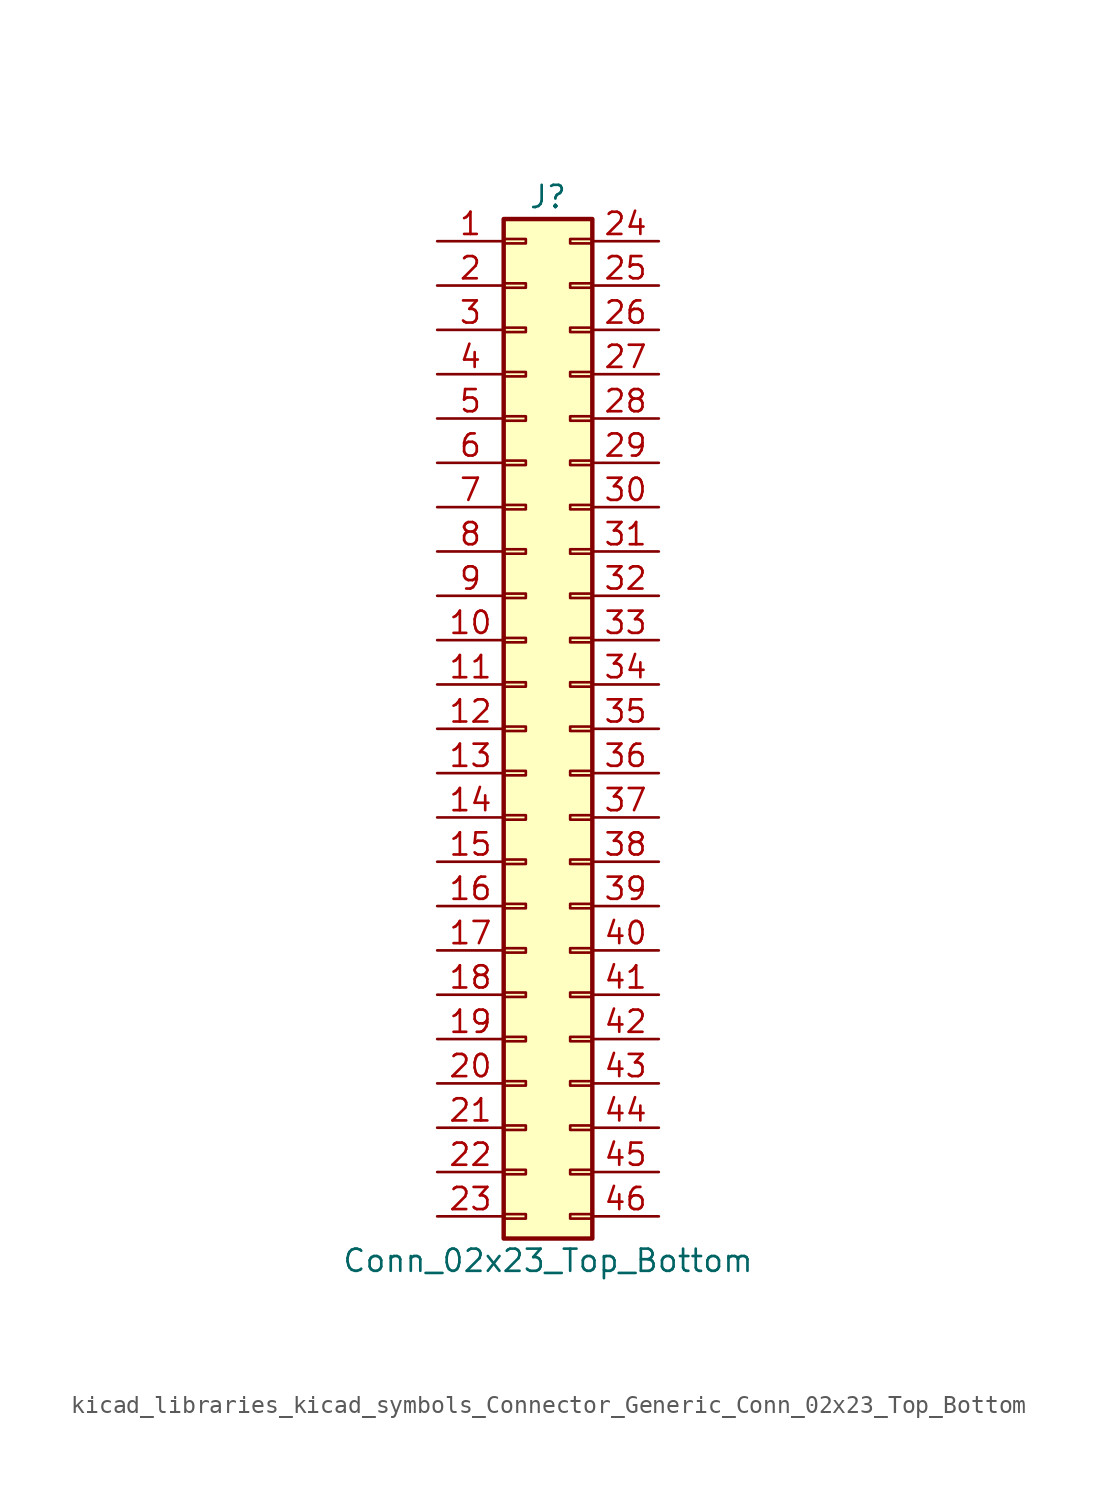
<source format=kicad_sym>
(kicad_symbol_lib
  (version 20220914)
  (generator kicad_symbol_editor)
  (symbol "kicad_libraries_kicad_symbols_Connector_Generic_Conn_02x23_Top_Bottom"
    (pin_names
      (offset 1.016) hide)
    (property "Reference" "J"
      (at 1.27 30.48 0)
      (effects (font (size 1.27 1.27))))
    (property "Value" "Conn_02x23_Top_Bottom"
      (at 1.27 -30.48 0)
      (effects (font (size 1.27 1.27))))
    (symbol "kicad_libraries_kicad_symbols_Connector_Generic_Conn_02x23_Top_Bottom_1_1"
      (rectangle (start -1.27 -27.813) (end 0 -28.067) (stroke (width 0.152) (type default)) (fill (type none)))
      (rectangle (start -1.27 -25.273) (end 0 -25.527) (stroke (width 0.152) (type default)) (fill (type none)))
      (rectangle (start -1.27 -22.733) (end 0 -22.987) (stroke (width 0.152) (type default)) (fill (type none)))
      (rectangle (start -1.27 -20.193) (end 0 -20.447) (stroke (width 0.152) (type default)) (fill (type none)))
      (rectangle (start -1.27 -17.653) (end 0 -17.907) (stroke (width 0.152) (type default)) (fill (type none)))
      (rectangle (start -1.27 -15.113) (end 0 -15.367) (stroke (width 0.152) (type default)) (fill (type none)))
      (rectangle (start -1.27 -12.573) (end 0 -12.827) (stroke (width 0.152) (type default)) (fill (type none)))
      (rectangle (start -1.27 -10.033) (end 0 -10.287) (stroke (width 0.152) (type default)) (fill (type none)))
      (rectangle (start -1.27 -7.493) (end 0 -7.747) (stroke (width 0.152) (type default)) (fill (type none)))
      (rectangle (start -1.27 -4.953) (end 0 -5.207) (stroke (width 0.152) (type default)) (fill (type none)))
      (rectangle (start -1.27 -2.413) (end 0 -2.667) (stroke (width 0.152) (type default)) (fill (type none)))
      (rectangle (start -1.27 0.127) (end 0 -0.127) (stroke (width 0.152) (type default)) (fill (type none)))
      (rectangle (start -1.27 2.667) (end 0 2.413) (stroke (width 0.152) (type default)) (fill (type none)))
      (rectangle (start -1.27 5.207) (end 0 4.953) (stroke (width 0.152) (type default)) (fill (type none)))
      (rectangle (start -1.27 7.747) (end 0 7.493) (stroke (width 0.152) (type default)) (fill (type none)))
      (rectangle (start -1.27 10.287) (end 0 10.033) (stroke (width 0.152) (type default)) (fill (type none)))
      (rectangle (start -1.27 12.827) (end 0 12.573) (stroke (width 0.152) (type default)) (fill (type none)))
      (rectangle (start -1.27 15.367) (end 0 15.113) (stroke (width 0.152) (type default)) (fill (type none)))
      (rectangle (start -1.27 17.907) (end 0 17.653) (stroke (width 0.152) (type default)) (fill (type none)))
      (rectangle (start -1.27 20.447) (end 0 20.193) (stroke (width 0.152) (type default)) (fill (type none)))
      (rectangle (start -1.27 22.987) (end 0 22.733) (stroke (width 0.152) (type default)) (fill (type none)))
      (rectangle (start -1.27 25.527) (end 0 25.273) (stroke (width 0.152) (type default)) (fill (type none)))
      (rectangle (start -1.27 28.067) (end 0 27.813) (stroke (width 0.152) (type default)) (fill (type none)))
      (rectangle (start -1.27 29.21) (end 3.81 -29.21) (stroke (width 0.254) (type default)) (fill (type background)))
      (rectangle (start 3.81 -27.813) (end 2.54 -28.067) (stroke (width 0.152) (type default)) (fill (type none)))
      (rectangle (start 3.81 -25.273) (end 2.54 -25.527) (stroke (width 0.152) (type default)) (fill (type none)))
      (rectangle (start 3.81 -22.733) (end 2.54 -22.987) (stroke (width 0.152) (type default)) (fill (type none)))
      (rectangle (start 3.81 -20.193) (end 2.54 -20.447) (stroke (width 0.152) (type default)) (fill (type none)))
      (rectangle (start 3.81 -17.653) (end 2.54 -17.907) (stroke (width 0.152) (type default)) (fill (type none)))
      (rectangle (start 3.81 -15.113) (end 2.54 -15.367) (stroke (width 0.152) (type default)) (fill (type none)))
      (rectangle (start 3.81 -12.573) (end 2.54 -12.827) (stroke (width 0.152) (type default)) (fill (type none)))
      (rectangle (start 3.81 -10.033) (end 2.54 -10.287) (stroke (width 0.152) (type default)) (fill (type none)))
      (rectangle (start 3.81 -7.493) (end 2.54 -7.747) (stroke (width 0.152) (type default)) (fill (type none)))
      (rectangle (start 3.81 -4.953) (end 2.54 -5.207) (stroke (width 0.152) (type default)) (fill (type none)))
      (rectangle (start 3.81 -2.413) (end 2.54 -2.667) (stroke (width 0.152) (type default)) (fill (type none)))
      (rectangle (start 3.81 0.127) (end 2.54 -0.127) (stroke (width 0.152) (type default)) (fill (type none)))
      (rectangle (start 3.81 2.667) (end 2.54 2.413) (stroke (width 0.152) (type default)) (fill (type none)))
      (rectangle (start 3.81 5.207) (end 2.54 4.953) (stroke (width 0.152) (type default)) (fill (type none)))
      (rectangle (start 3.81 7.747) (end 2.54 7.493) (stroke (width 0.152) (type default)) (fill (type none)))
      (rectangle (start 3.81 10.287) (end 2.54 10.033) (stroke (width 0.152) (type default)) (fill (type none)))
      (rectangle (start 3.81 12.827) (end 2.54 12.573) (stroke (width 0.152) (type default)) (fill (type none)))
      (rectangle (start 3.81 15.367) (end 2.54 15.113) (stroke (width 0.152) (type default)) (fill (type none)))
      (rectangle (start 3.81 17.907) (end 2.54 17.653) (stroke (width 0.152) (type default)) (fill (type none)))
      (rectangle (start 3.81 20.447) (end 2.54 20.193) (stroke (width 0.152) (type default)) (fill (type none)))
      (rectangle (start 3.81 22.987) (end 2.54 22.733) (stroke (width 0.152) (type default)) (fill (type none)))
      (rectangle (start 3.81 25.527) (end 2.54 25.273) (stroke (width 0.152) (type default)) (fill (type none)))
      (rectangle (start 3.81 28.067) (end 2.54 27.813) (stroke (width 0.152) (type default)) (fill (type none)))
      (pin passive line (at -5.08 27.94 0) (length 3.81) (name "Pin_1" (effects (font (size 1.27 1.27)))) (number "1" (effects (font (size 1.27 1.27)))))
      (pin passive line (at -5.08 5.08 0) (length 3.81) (name "Pin_10" (effects (font (size 1.27 1.27)))) (number "10" (effects (font (size 1.27 1.27)))))
      (pin passive line (at -5.08 2.54 0) (length 3.81) (name "Pin_11" (effects (font (size 1.27 1.27)))) (number "11" (effects (font (size 1.27 1.27)))))
      (pin passive line (at -5.08 0 0) (length 3.81) (name "Pin_12" (effects (font (size 1.27 1.27)))) (number "12" (effects (font (size 1.27 1.27)))))
      (pin passive line (at -5.08 -2.54 0) (length 3.81) (name "Pin_13" (effects (font (size 1.27 1.27)))) (number "13" (effects (font (size 1.27 1.27)))))
      (pin passive line (at -5.08 -5.08 0) (length 3.81) (name "Pin_14" (effects (font (size 1.27 1.27)))) (number "14" (effects (font (size 1.27 1.27)))))
      (pin passive line (at -5.08 -7.62 0) (length 3.81) (name "Pin_15" (effects (font (size 1.27 1.27)))) (number "15" (effects (font (size 1.27 1.27)))))
      (pin passive line (at -5.08 -10.16 0) (length 3.81) (name "Pin_16" (effects (font (size 1.27 1.27)))) (number "16" (effects (font (size 1.27 1.27)))))
      (pin passive line (at -5.08 -12.7 0) (length 3.81) (name "Pin_17" (effects (font (size 1.27 1.27)))) (number "17" (effects (font (size 1.27 1.27)))))
      (pin passive line (at -5.08 -15.24 0) (length 3.81) (name "Pin_18" (effects (font (size 1.27 1.27)))) (number "18" (effects (font (size 1.27 1.27)))))
      (pin passive line (at -5.08 -17.78 0) (length 3.81) (name "Pin_19" (effects (font (size 1.27 1.27)))) (number "19" (effects (font (size 1.27 1.27)))))
      (pin passive line (at -5.08 25.4 0) (length 3.81) (name "Pin_2" (effects (font (size 1.27 1.27)))) (number "2" (effects (font (size 1.27 1.27)))))
      (pin passive line (at -5.08 -20.32 0) (length 3.81) (name "Pin_20" (effects (font (size 1.27 1.27)))) (number "20" (effects (font (size 1.27 1.27)))))
      (pin passive line (at -5.08 -22.86 0) (length 3.81) (name "Pin_21" (effects (font (size 1.27 1.27)))) (number "21" (effects (font (size 1.27 1.27)))))
      (pin passive line (at -5.08 -25.4 0) (length 3.81) (name "Pin_22" (effects (font (size 1.27 1.27)))) (number "22" (effects (font (size 1.27 1.27)))))
      (pin passive line (at -5.08 -27.94 0) (length 3.81) (name "Pin_23" (effects (font (size 1.27 1.27)))) (number "23" (effects (font (size 1.27 1.27)))))
      (pin passive line (at 7.62 27.94 180) (length 3.81) (name "Pin_24" (effects (font (size 1.27 1.27)))) (number "24" (effects (font (size 1.27 1.27)))))
      (pin passive line (at 7.62 25.4 180) (length 3.81) (name "Pin_25" (effects (font (size 1.27 1.27)))) (number "25" (effects (font (size 1.27 1.27)))))
      (pin passive line (at 7.62 22.86 180) (length 3.81) (name "Pin_26" (effects (font (size 1.27 1.27)))) (number "26" (effects (font (size 1.27 1.27)))))
      (pin passive line (at 7.62 20.32 180) (length 3.81) (name "Pin_27" (effects (font (size 1.27 1.27)))) (number "27" (effects (font (size 1.27 1.27)))))
      (pin passive line (at 7.62 17.78 180) (length 3.81) (name "Pin_28" (effects (font (size 1.27 1.27)))) (number "28" (effects (font (size 1.27 1.27)))))
      (pin passive line (at 7.62 15.24 180) (length 3.81) (name "Pin_29" (effects (font (size 1.27 1.27)))) (number "29" (effects (font (size 1.27 1.27)))))
      (pin passive line (at -5.08 22.86 0) (length 3.81) (name "Pin_3" (effects (font (size 1.27 1.27)))) (number "3" (effects (font (size 1.27 1.27)))))
      (pin passive line (at 7.62 12.7 180) (length 3.81) (name "Pin_30" (effects (font (size 1.27 1.27)))) (number "30" (effects (font (size 1.27 1.27)))))
      (pin passive line (at 7.62 10.16 180) (length 3.81) (name "Pin_31" (effects (font (size 1.27 1.27)))) (number "31" (effects (font (size 1.27 1.27)))))
      (pin passive line (at 7.62 7.62 180) (length 3.81) (name "Pin_32" (effects (font (size 1.27 1.27)))) (number "32" (effects (font (size 1.27 1.27)))))
      (pin passive line (at 7.62 5.08 180) (length 3.81) (name "Pin_33" (effects (font (size 1.27 1.27)))) (number "33" (effects (font (size 1.27 1.27)))))
      (pin passive line (at 7.62 2.54 180) (length 3.81) (name "Pin_34" (effects (font (size 1.27 1.27)))) (number "34" (effects (font (size 1.27 1.27)))))
      (pin passive line (at 7.62 0 180) (length 3.81) (name "Pin_35" (effects (font (size 1.27 1.27)))) (number "35" (effects (font (size 1.27 1.27)))))
      (pin passive line (at 7.62 -2.54 180) (length 3.81) (name "Pin_36" (effects (font (size 1.27 1.27)))) (number "36" (effects (font (size 1.27 1.27)))))
      (pin passive line (at 7.62 -5.08 180) (length 3.81) (name "Pin_37" (effects (font (size 1.27 1.27)))) (number "37" (effects (font (size 1.27 1.27)))))
      (pin passive line (at 7.62 -7.62 180) (length 3.81) (name "Pin_38" (effects (font (size 1.27 1.27)))) (number "38" (effects (font (size 1.27 1.27)))))
      (pin passive line (at 7.62 -10.16 180) (length 3.81) (name "Pin_39" (effects (font (size 1.27 1.27)))) (number "39" (effects (font (size 1.27 1.27)))))
      (pin passive line (at -5.08 20.32 0) (length 3.81) (name "Pin_4" (effects (font (size 1.27 1.27)))) (number "4" (effects (font (size 1.27 1.27)))))
      (pin passive line (at 7.62 -12.7 180) (length 3.81) (name "Pin_40" (effects (font (size 1.27 1.27)))) (number "40" (effects (font (size 1.27 1.27)))))
      (pin passive line (at 7.62 -15.24 180) (length 3.81) (name "Pin_41" (effects (font (size 1.27 1.27)))) (number "41" (effects (font (size 1.27 1.27)))))
      (pin passive line (at 7.62 -17.78 180) (length 3.81) (name "Pin_42" (effects (font (size 1.27 1.27)))) (number "42" (effects (font (size 1.27 1.27)))))
      (pin passive line (at 7.62 -20.32 180) (length 3.81) (name "Pin_43" (effects (font (size 1.27 1.27)))) (number "43" (effects (font (size 1.27 1.27)))))
      (pin passive line (at 7.62 -22.86 180) (length 3.81) (name "Pin_44" (effects (font (size 1.27 1.27)))) (number "44" (effects (font (size 1.27 1.27)))))
      (pin passive line (at 7.62 -25.4 180) (length 3.81) (name "Pin_45" (effects (font (size 1.27 1.27)))) (number "45" (effects (font (size 1.27 1.27)))))
      (pin passive line (at 7.62 -27.94 180) (length 3.81) (name "Pin_46" (effects (font (size 1.27 1.27)))) (number "46" (effects (font (size 1.27 1.27)))))
      (pin passive line (at -5.08 17.78 0) (length 3.81) (name "Pin_5" (effects (font (size 1.27 1.27)))) (number "5" (effects (font (size 1.27 1.27)))))
      (pin passive line (at -5.08 15.24 0) (length 3.81) (name "Pin_6" (effects (font (size 1.27 1.27)))) (number "6" (effects (font (size 1.27 1.27)))))
      (pin passive line (at -5.08 12.7 0) (length 3.81) (name "Pin_7" (effects (font (size 1.27 1.27)))) (number "7" (effects (font (size 1.27 1.27)))))
      (pin passive line (at -5.08 10.16 0) (length 3.81) (name "Pin_8" (effects (font (size 1.27 1.27)))) (number "8" (effects (font (size 1.27 1.27)))))
      (pin passive line (at -5.08 7.62 0) (length 3.81) (name "Pin_9" (effects (font (size 1.27 1.27)))) (number "9" (effects (font (size 1.27 1.27))))))))
</source>
